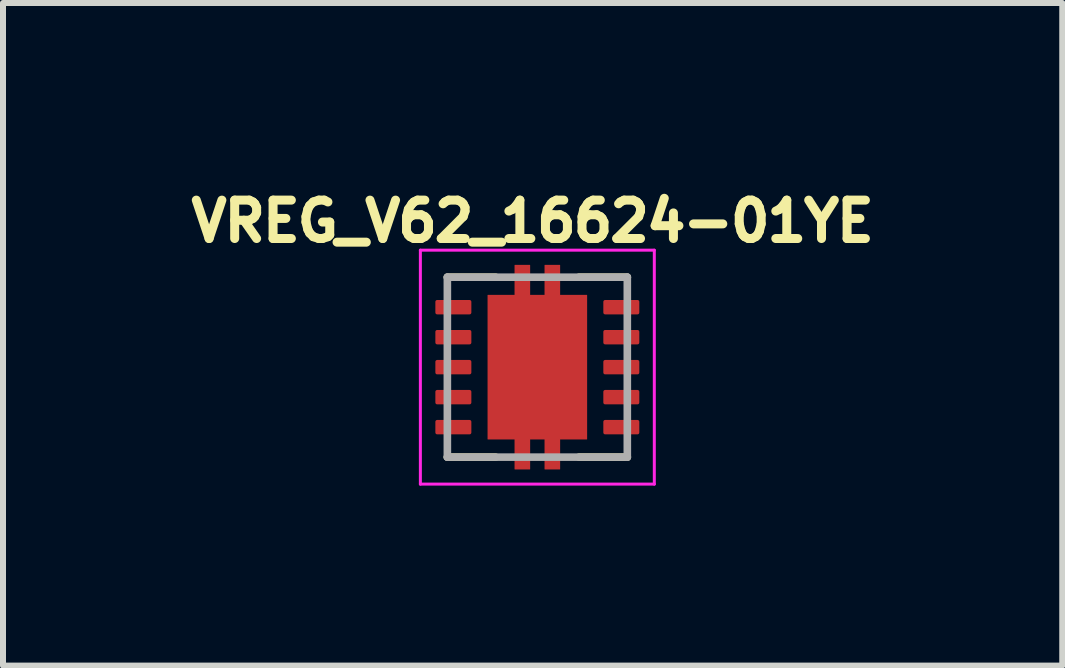
<source format=kicad_pcb>
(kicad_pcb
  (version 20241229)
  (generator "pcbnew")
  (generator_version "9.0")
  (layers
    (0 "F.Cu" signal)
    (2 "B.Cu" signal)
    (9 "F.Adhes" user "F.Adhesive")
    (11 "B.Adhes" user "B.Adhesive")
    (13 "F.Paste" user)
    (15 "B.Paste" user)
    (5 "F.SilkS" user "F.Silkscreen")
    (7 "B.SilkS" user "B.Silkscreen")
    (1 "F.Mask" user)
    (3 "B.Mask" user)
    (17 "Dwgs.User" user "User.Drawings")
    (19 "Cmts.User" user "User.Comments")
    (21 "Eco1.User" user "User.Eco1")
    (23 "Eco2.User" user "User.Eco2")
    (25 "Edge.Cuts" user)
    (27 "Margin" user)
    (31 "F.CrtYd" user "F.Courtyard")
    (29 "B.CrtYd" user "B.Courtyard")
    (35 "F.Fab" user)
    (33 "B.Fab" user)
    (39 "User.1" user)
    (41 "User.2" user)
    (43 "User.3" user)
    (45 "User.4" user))
  (footprint "VREG_V62_16624-01YE"
    (layer "F.Cu")
    (at 5.908 3.071)
    (property "Reference" "VREG_V62_16624-01YE" (at -0.078 -2.433 0) (layer "F.SilkS") (effects (font (size 0.64 0.64) (thickness 0.15))))
    (attr smd)
    (fp_poly (pts (xy -1.77 -1.19) (xy -1.03 -1.19) (xy -1.03 -0.81) (xy -1.77 -0.81)) (stroke (width 0.01) (type solid)) (fill yes) (layer "F.Mask"))
    (fp_poly (pts (xy -1.77 -0.69) (xy -1.03 -0.69) (xy -1.03 -0.31) (xy -1.77 -0.31)) (stroke (width 0.01) (type solid)) (fill yes) (layer "F.Mask"))
    (fp_poly (pts (xy -1.77 -0.19) (xy -1.03 -0.19) (xy -1.03 0.19) (xy -1.77 0.19)) (stroke (width 0.01) (type solid)) (fill yes) (layer "F.Mask"))
    (fp_poly (pts (xy -1.77 0.31) (xy -1.03 0.31) (xy -1.03 0.69) (xy -1.77 0.69)) (stroke (width 0.01) (type solid)) (fill yes) (layer "F.Mask"))
    (fp_poly (pts (xy -1.77 0.81) (xy -1.03 0.81) (xy -1.03 1.19) (xy -1.77 1.19)) (stroke (width 0.01) (type solid)) (fill yes) (layer "F.Mask"))
    (fp_poly (pts (xy 1.03 -1.19) (xy 1.77 -1.19) (xy 1.77 -0.81) (xy 1.03 -0.81)) (stroke (width 0.01) (type solid)) (fill yes) (layer "F.Mask"))
    (fp_poly (pts (xy 1.03 -0.69) (xy 1.77 -0.69) (xy 1.77 -0.31) (xy 1.03 -0.31)) (stroke (width 0.01) (type solid)) (fill yes) (layer "F.Mask"))
    (fp_poly (pts (xy 1.03 -0.19) (xy 1.77 -0.19) (xy 1.77 0.19) (xy 1.03 0.19)) (stroke (width 0.01) (type solid)) (fill yes) (layer "F.Mask"))
    (fp_poly (pts (xy 1.03 0.31) (xy 1.77 0.31) (xy 1.77 0.69) (xy 1.03 0.69)) (stroke (width 0.01) (type solid)) (fill yes) (layer "F.Mask"))
    (fp_poly (pts (xy 1.03 0.81) (xy 1.77 0.81) (xy 1.77 1.19) (xy 1.03 1.19)) (stroke (width 0.01) (type solid)) (fill yes) (layer "F.Mask"))
    (fp_poly (pts (xy -0.895 -1.27) (xy -0.445 -1.27) (xy -0.445 -1.77) (xy -0.055 -1.77) (xy -0.055 -1.27) (xy 0.055 -1.27) (xy 0.055 -1.77) (xy 0.445 -1.77) (xy 0.445 -1.27) (xy 0.895 -1.27) (xy 0.895 1.27) (xy 0.445 1.27) (xy 0.445 1.77) (xy 0.055 1.77) (xy 0.055 1.27) (xy -0.055 1.27) (xy -0.055 1.77) (xy -0.445 1.77) (xy -0.445 1.27) (xy -0.895 1.27)) (stroke (width 0.01) (type solid)) (fill yes) (layer "F.Mask"))
    (fp_line (start -1.5 -1.5) (end -0.695 -1.5) (stroke (width 0.127) (type solid)) (layer "F.SilkS"))
    (fp_line (start -1.5 1.5) (end -0.695 1.5) (stroke (width 0.127) (type solid)) (layer "F.SilkS"))
    (fp_line (start 0.695 -1.5) (end 1.5 -1.5) (stroke (width 0.127) (type solid)) (layer "F.SilkS"))
    (fp_line (start 0.695 1.5) (end 1.5 1.5) (stroke (width 0.127) (type solid)) (layer "F.SilkS"))
    (fp_poly (pts (xy -0.75 -1.16) (xy 0.75 -1.16) (xy 0.75 -0.1) (xy -0.75 -0.1)) (stroke (width 0.01) (type solid)) (fill yes) (layer "F.Paste"))
    (fp_poly (pts (xy -0.75 0.1) (xy 0.75 0.1) (xy 0.75 1.16) (xy -0.75 1.16)) (stroke (width 0.01) (type solid)) (fill yes) (layer "F.Paste"))
    (fp_poly (pts (xy -0.375 -1.7) (xy -0.125 -1.7) (xy -0.125 -1.36) (xy -0.375 -1.36)) (stroke (width 0.01) (type solid)) (fill yes) (layer "F.Paste"))
    (fp_poly (pts (xy -0.375 1.36) (xy -0.125 1.36) (xy -0.125 1.7) (xy -0.375 1.7)) (stroke (width 0.01) (type solid)) (fill yes) (layer "F.Paste"))
    (fp_poly (pts (xy 0.125 -1.7) (xy 0.375 -1.7) (xy 0.375 -1.36) (xy 0.125 -1.36)) (stroke (width 0.01) (type solid)) (fill yes) (layer "F.Paste"))
    (fp_poly (pts (xy 0.125 1.36) (xy 0.375 1.36) (xy 0.375 1.7) (xy 0.125 1.7)) (stroke (width 0.01) (type solid)) (fill yes) (layer "F.Paste"))
    (fp_line (start -1.95 -1.95) (end -1.95 1.95) (stroke (width 0.05) (type solid)) (layer "F.CrtYd"))
    (fp_line (start -1.95 -1.95) (end 1.95 -1.95) (stroke (width 0.05) (type solid)) (layer "F.CrtYd"))
    (fp_line (start -1.95 1.95) (end 1.95 1.95) (stroke (width 0.05) (type solid)) (layer "F.CrtYd"))
    (fp_line (start 1.95 -1.95) (end 1.95 1.95) (stroke (width 0.05) (type solid)) (layer "F.CrtYd"))
    (fp_line (start -1.5 -1.5) (end -1.5 1.5) (stroke (width 0.127) (type solid)) (layer "F.Fab"))
    (fp_line (start -1.5 -1.5) (end 1.5 -1.5) (stroke (width 0.127) (type solid)) (layer "F.Fab"))
    (fp_line (start -1.5 1.5) (end 1.5 1.5) (stroke (width 0.127) (type solid)) (layer "F.Fab"))
    (fp_line (start 1.5 -1.5) (end 1.5 1.5) (stroke (width 0.127) (type solid)) (layer "F.Fab"))
    (pad "1" smd roundrect (at -1.4 -1) (size 0.6 0.24) (layers "F.Cu" "F.Paste") (roundrect_rratio 0.125))
    (pad "2" smd roundrect (at -1.4 -0.5) (size 0.6 0.24) (layers "F.Cu" "F.Paste") (roundrect_rratio 0.125))
    (pad "3" smd roundrect (at -1.4 0) (size 0.6 0.24) (layers "F.Cu" "F.Paste") (roundrect_rratio 0.125))
    (pad "4" smd roundrect (at -1.4 0.5) (size 0.6 0.24) (layers "F.Cu" "F.Paste") (roundrect_rratio 0.125))
    (pad "5" smd roundrect (at -1.4 1) (size 0.6 0.24) (layers "F.Cu" "F.Paste") (roundrect_rratio 0.125))
    (pad "6" smd roundrect (at 1.4 1) (size 0.6 0.24) (layers "F.Cu" "F.Paste") (roundrect_rratio 0.125))
    (pad "7" smd roundrect (at 1.4 0.5) (size 0.6 0.24) (layers "F.Cu" "F.Paste") (roundrect_rratio 0.125))
    (pad "8" smd roundrect (at 1.4 0) (size 0.6 0.24) (layers "F.Cu" "F.Paste") (roundrect_rratio 0.125))
    (pad "9" smd roundrect (at 1.4 -0.5) (size 0.6 0.24) (layers "F.Cu" "F.Paste") (roundrect_rratio 0.125))
    (pad "10" smd roundrect (at 1.4 -1) (size 0.6 0.24) (layers "F.Cu" "F.Paste") (roundrect_rratio 0.125))
    (pad "11" smd custom (at 0 0) (size 1.65 2.4) (layers "F.Cu") (options (anchor rect)) (primitives (gr_poly (pts (xy -0.825 -1.2) (xy -0.375 -1.2) (xy -0.375 -1.7) (xy -0.125 -1.7) (xy -0.125 -1.2) (xy 0.125 -1.2) (xy 0.125 -1.7) (xy 0.375 -1.7) (xy 0.375 -1.2) (xy 0.825 -1.2) (xy 0.825 1.2) (xy 0.375 1.2) (xy 0.375 1.7) (xy 0.125 1.7) (xy 0.125 1.2) (xy -0.125 1.2) (xy -0.125 1.7) (xy -0.375 1.7) (xy -0.375 1.2) (xy -0.825 1.2)) (width 0.01) (fill yes)))))
  (gr_rect
    (start -3 -3)
    (end 14.659 8.046)
    (stroke (width 0.1) (type default))
    (fill no)
    (layer "Edge.Cuts")))
</source>
